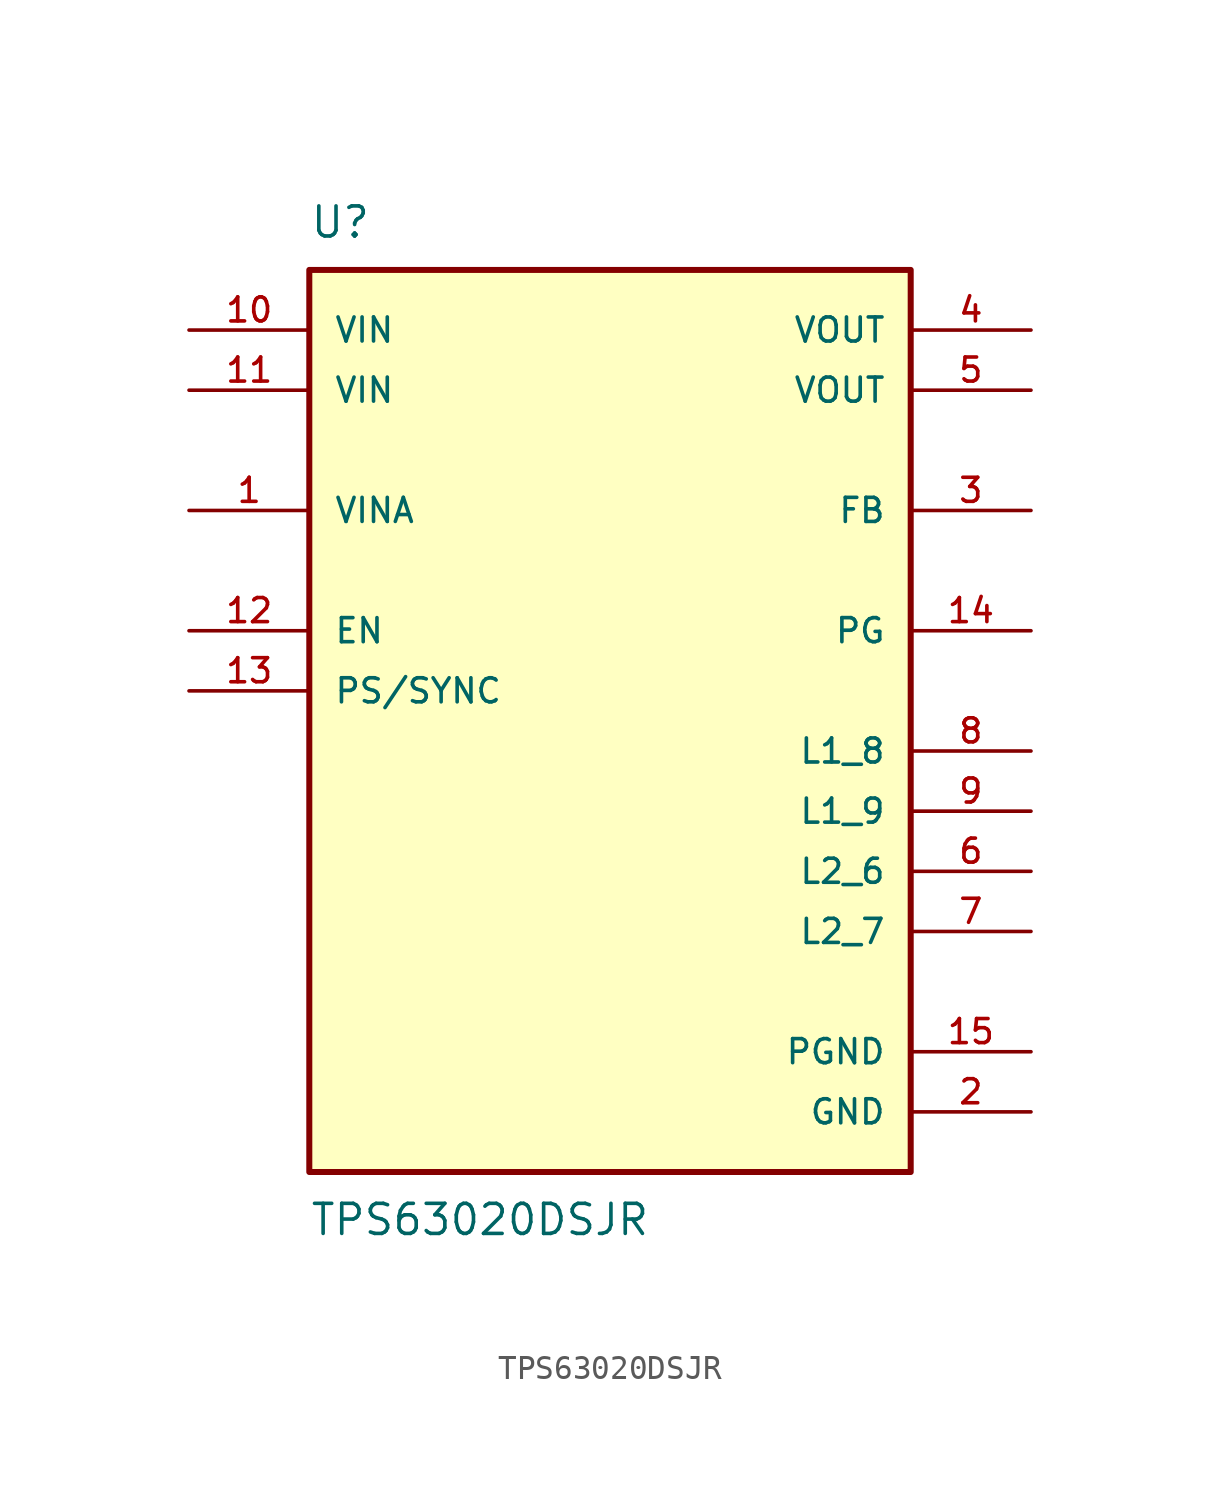
<source format=kicad_sym>
(kicad_symbol_lib
  (version 20220914)
  (generator kicad_symbol_editor)
  (symbol "TPS63020DSJR"
    (pin_names
      (offset 1.016))
    (property "Reference" "U"
      (at -12.7 19.05 0)
      (effects (font (size 1.27 1.27)) (justify left bottom)))
    (property "Value" "TPS63020DSJR"
      (at -12.7 -21.59 0)
      (effects (font (size 1.27 1.27)) (justify left top)))
    (symbol "TPS63020DSJR_0_0"
      (rectangle (start -12.7 17.78) (end 12.7 -20.32) (stroke (width 0.254) (type default)) (fill (type background)))
      (pin input line (at -17.78 7.62 0) (length 5.08) (name "VINA" (effects (font (size 1.016 1.016)))) (number "1" (effects (font (size 1.016 1.016)))))
      (pin input line (at -17.78 2.54 0) (length 5.08) (name "EN" (effects (font (size 1.016 1.016)))) (number "12" (effects (font (size 1.016 1.016)))))
      (pin input line (at -17.78 0 0) (length 5.08) (name "PS/SYNC" (effects (font (size 1.016 1.016)))) (number "13" (effects (font (size 1.016 1.016)))))
      (pin output line (at 17.78 2.54 180) (length 5.08) (name "PG" (effects (font (size 1.016 1.016)))) (number "14" (effects (font (size 1.016 1.016)))))
      (pin power_in line (at 17.78 -15.24 180) (length 5.08) (name "PGND" (effects (font (size 1.016 1.016)))) (number "15" (effects (font (size 1.016 1.016)))))
      (pin power_in line (at 17.78 -17.78 180) (length 5.08) (name "GND" (effects (font (size 1.016 1.016)))) (number "2" (effects (font (size 1.016 1.016)))))
      (pin input line (at 17.78 7.62 180) (length 5.08) (name "FB" (effects (font (size 1.016 1.016)))) (number "3" (effects (font (size 1.016 1.016)))))
      (pin passive line (at 17.78 -7.62 180) (length 5.08) (name "L2_6" (effects (font (size 1.016 1.016)))) (number "6" (effects (font (size 1.016 1.016)))))
      (pin passive line (at 17.78 -10.16 180) (length 5.08) (name "L2_7" (effects (font (size 1.016 1.016)))) (number "7" (effects (font (size 1.016 1.016)))))
      (pin passive line (at 17.78 -2.54 180) (length 5.08) (name "L1_8" (effects (font (size 1.016 1.016)))) (number "8" (effects (font (size 1.016 1.016)))))
      (pin passive line (at 17.78 -5.08 180) (length 5.08) (name "L1_9" (effects (font (size 1.016 1.016)))) (number "9" (effects (font (size 1.016 1.016))))))
    (symbol "TPS63020DSJR_1_0"
      (pin power_in line (at -17.78 15.24 0) (length 5.08) (name "VIN" (effects (font (size 1.016 1.016)))) (number "10" (effects (font (size 1.016 1.016)))))
      (pin power_in line (at -17.78 12.7 0) (length 5.08) (name "VIN" (effects (font (size 1.016 1.016)))) (number "11" (effects (font (size 1.016 1.016)))))
      (pin power_out line (at 17.78 15.24 180) (length 5.08) (name "VOUT" (effects (font (size 1.016 1.016)))) (number "4" (effects (font (size 1.016 1.016)))))
      (pin power_out line (at 17.78 12.7 180) (length 5.08) (name "VOUT" (effects (font (size 1.016 1.016)))) (number "5" (effects (font (size 1.016 1.016))))))))
</source>
